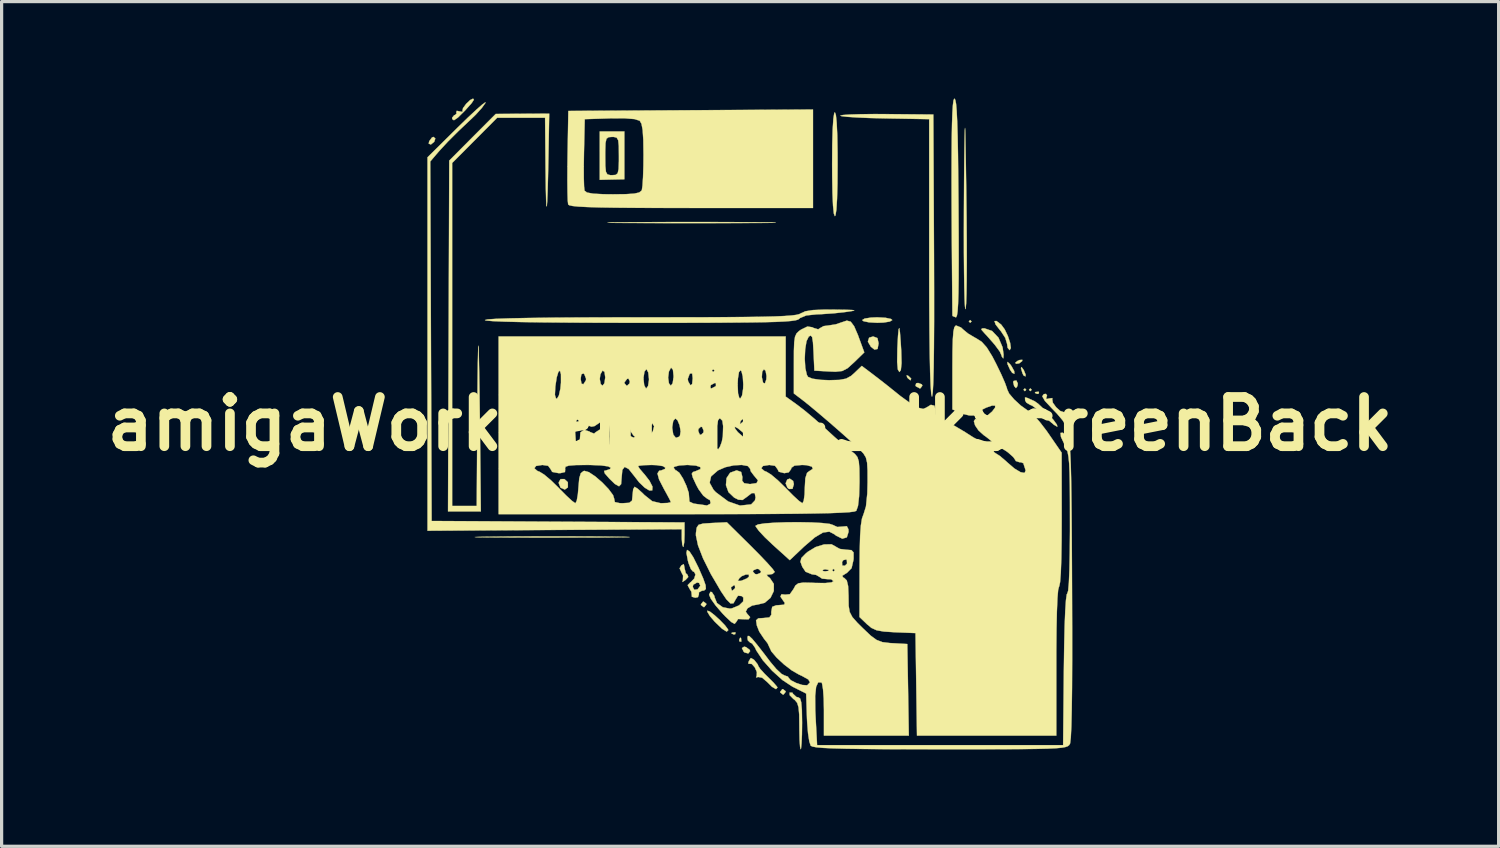
<source format=kicad_pcb>
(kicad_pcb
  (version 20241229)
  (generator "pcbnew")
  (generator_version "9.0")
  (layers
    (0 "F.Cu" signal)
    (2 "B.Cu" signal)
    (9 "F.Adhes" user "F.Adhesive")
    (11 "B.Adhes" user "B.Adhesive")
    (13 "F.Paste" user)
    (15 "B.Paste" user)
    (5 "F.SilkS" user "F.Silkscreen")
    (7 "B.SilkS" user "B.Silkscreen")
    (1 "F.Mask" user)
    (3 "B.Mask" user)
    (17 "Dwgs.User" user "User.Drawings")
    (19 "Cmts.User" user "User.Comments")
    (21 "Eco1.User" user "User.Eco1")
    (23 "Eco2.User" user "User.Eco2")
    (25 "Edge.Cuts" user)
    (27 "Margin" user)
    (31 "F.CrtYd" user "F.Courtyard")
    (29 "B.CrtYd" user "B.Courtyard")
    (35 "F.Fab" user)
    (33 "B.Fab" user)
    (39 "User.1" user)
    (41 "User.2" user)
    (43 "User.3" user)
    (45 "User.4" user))
  (footprint "amigaWorkBench1-SIlkScreenBack"
    (layer "F.Cu")
    (at 20.182 10.08)
    (property "Reference" "amigaWorkBench1-SIlkScreenBack" (at 0 0 0) (layer "F.SilkS") (effects (font (size 1.524 1.524) (thickness 0.3))))
    (attr exclude_from_pos_files exclude_from_bom)
    (fp_poly (pts (xy 6.858 -3.175) (xy 6.816 -3.133) (xy 6.773 -3.175) (xy 6.816 -3.217) (xy 6.858 -3.175)) (stroke (width 0.01) (type solid)) (fill yes) (layer "F.SilkS"))
    (fp_poly (pts (xy 8.551 -1.058) (xy 8.509 -1.016) (xy 8.467 -1.058) (xy 8.509 -1.101) (xy 8.551 -1.058)) (stroke (width 0.01) (type solid)) (fill yes) (layer "F.SilkS"))
    (fp_poly (pts (xy 8.721 -1.058) (xy 8.678 -1.016) (xy 8.636 -1.058) (xy 8.678 -1.101) (xy 8.721 -1.058)) (stroke (width 0.01) (type solid)) (fill yes) (layer "F.SilkS"))
    (fp_poly (pts (xy -0.452 6.463) (xy -0.463 6.513) (xy -0.508 6.519) (xy -0.578 6.488) (xy -0.564 6.463) (xy -0.464 6.453) (xy -0.452 6.463)) (stroke (width 0.01) (type solid)) (fill yes) (layer "F.SilkS"))
    (fp_poly (pts (xy -0.282 6.632) (xy -0.272 6.733) (xy -0.282 6.745) (xy -0.333 6.733) (xy -0.339 6.689) (xy -0.308 6.619) (xy -0.282 6.632)) (stroke (width 0.01) (type solid)) (fill yes) (layer "F.SilkS"))
    (fp_poly (pts (xy 8.946 -0.988) (xy 8.935 -0.937) (xy 8.89 -0.931) (xy 8.82 -0.962) (xy 8.834 -0.988) (xy 8.934 -0.998) (xy 8.946 -0.988)) (stroke (width 0.01) (type solid)) (fill yes) (layer "F.SilkS"))
    (fp_poly (pts (xy 4.898 -1.49) (xy 4.988 -1.405) (xy 4.97 -1.355) (xy 4.958 -1.355) (xy 4.886 -1.415) (xy 4.86 -1.452) (xy 4.85 -1.51) (xy 4.898 -1.49)) (stroke (width 0.01) (type solid)) (fill yes) (layer "F.SilkS"))
    (fp_poly (pts (xy 8.29 -1.252) (xy 8.279 -1.174) (xy 8.233 -1.11) (xy 8.177 -1.174) (xy 8.146 -1.299) (xy 8.162 -1.332) (xy 8.246 -1.346) (xy 8.29 -1.252)) (stroke (width 0.01) (type solid)) (fill yes) (layer "F.SilkS"))
    (fp_poly (pts (xy 8.424 -1.946) (xy 8.333 -1.876) (xy 8.236 -1.864) (xy 8.213 -1.896) (xy 8.279 -1.95) (xy 8.344 -1.98) (xy 8.431 -1.986) (xy 8.424 -1.946)) (stroke (width 0.01) (type solid)) (fill yes) (layer "F.SilkS"))
    (fp_poly (pts (xy 8.477 -1.666) (xy 8.533 -1.526) (xy 8.527 -1.472) (xy 8.469 -1.502) (xy 8.435 -1.57) (xy 8.387 -1.73) (xy 8.407 -1.762) (xy 8.477 -1.666)) (stroke (width 0.01) (type solid)) (fill yes) (layer "F.SilkS"))
    (fp_poly (pts (xy -9.75 -8.84) (xy -9.784 -8.739) (xy -9.883 -8.658) (xy -9.89 -8.655) (xy -9.954 -8.682) (xy -9.939 -8.756) (xy -9.853 -8.872) (xy -9.805 -8.89) (xy -9.75 -8.84)) (stroke (width 0.01) (type solid)) (fill yes) (layer "F.SilkS"))
    (fp_poly (pts (xy -1.357 5.568) (xy -1.355 5.588) (xy -1.419 5.67) (xy -1.439 5.673) (xy -1.522 5.608) (xy -1.524 5.588) (xy -1.46 5.506) (xy -1.439 5.503) (xy -1.357 5.568)) (stroke (width 0.01) (type solid)) (fill yes) (layer "F.SilkS"))
    (fp_poly (pts (xy -0.127 6.912) (xy -0.015 6.995) (xy 0 7.036) (xy -0.057 7.108) (xy -0.172 7.077) (xy -0.198 7.056) (xy -0.254 6.943) (xy -0.185 6.898) (xy -0.127 6.912)) (stroke (width 0.01) (type solid)) (fill yes) (layer "F.SilkS"))
    (fp_poly (pts (xy 1.098 8.277) (xy 1.101 8.297) (xy 1.036 8.38) (xy 1.016 8.382) (xy 0.934 8.318) (xy 0.931 8.297) (xy 0.996 8.215) (xy 1.016 8.213) (xy 1.098 8.277)) (stroke (width 0.01) (type solid)) (fill yes) (layer "F.SilkS"))
    (fp_poly (pts (xy 1.331 1.764) (xy 1.355 1.863) (xy 1.312 2.01) (xy 1.207 2.015) (xy 1.157 1.976) (xy 1.1 1.84) (xy 1.149 1.722) (xy 1.228 1.693) (xy 1.331 1.764)) (stroke (width 0.01) (type solid)) (fill yes) (layer "F.SilkS"))
    (fp_poly (pts (xy 3.943 -2.66) (xy 3.979 -2.498) (xy 3.947 -2.322) (xy 3.852 -2.303) (xy 3.742 -2.388) (xy 3.647 -2.549) (xy 3.685 -2.671) (xy 3.81 -2.709) (xy 3.943 -2.66)) (stroke (width 0.01) (type solid)) (fill yes) (layer "F.SilkS"))
    (fp_poly (pts (xy 5.318 -1.226) (xy 5.334 -1.185) (xy 5.273 -1.103) (xy 5.254 -1.101) (xy 5.14 -1.162) (xy 5.122 -1.185) (xy 5.142 -1.258) (xy 5.202 -1.27) (xy 5.318 -1.226)) (stroke (width 0.01) (type solid)) (fill yes) (layer "F.SilkS"))
    (fp_poly (pts (xy 8.05 -1.851) (xy 8.094 -1.791) (xy 8.179 -1.637) (xy 8.186 -1.554) (xy 8.118 -1.582) (xy 8.05 -1.681) (xy 7.97 -1.859) (xy 7.972 -1.922) (xy 8.05 -1.851)) (stroke (width 0.01) (type solid)) (fill yes) (layer "F.SilkS"))
    (fp_poly (pts (xy -5.652 1.798) (xy -5.645 1.812) (xy -5.644 1.964) (xy -5.739 2.032) (xy -5.87 1.976) (xy -5.923 1.847) (xy -5.927 1.806) (xy -5.87 1.709) (xy -5.752 1.707) (xy -5.652 1.798)) (stroke (width 0.01) (type solid)) (fill yes) (layer "F.SilkS"))
    (fp_poly (pts (xy -1.246 5.811) (xy -1.1 5.924) (xy -0.929 6.081) (xy -0.776 6.24) (xy -0.686 6.361) (xy -0.677 6.388) (xy -0.726 6.432) (xy -0.868 6.343) (xy -1.09 6.131) (xy -1.245 5.951) (xy -1.324 5.819) (xy -1.323 5.783) (xy -1.246 5.811)) (stroke (width 0.01) (type solid)) (fill yes) (layer "F.SilkS"))
    (fp_poly (pts (xy 4.192 -3.288) (xy 4.361 -3.252) (xy 4.403 -3.217) (xy 4.326 -3.171) (xy 4.129 -3.14) (xy 3.937 -3.133) (xy 3.682 -3.147) (xy 3.513 -3.182) (xy 3.471 -3.217) (xy 3.548 -3.264) (xy 3.745 -3.294) (xy 3.937 -3.302) (xy 4.192 -3.288)) (stroke (width 0.01) (type solid)) (fill yes) (layer "F.SilkS"))
    (fp_poly (pts (xy -2.032 4.454) (xy -2.032 4.463) (xy -1.993 4.621) (xy -1.938 4.674) (xy -1.916 4.74) (xy -1.997 4.829) (xy -2.096 4.895) (xy -2.083 4.843) (xy -2.076 4.695) (xy -2.123 4.607) (xy -2.184 4.473) (xy -2.13 4.382) (xy -2.054 4.343) (xy -2.032 4.454)) (stroke (width 0.01) (type solid)) (fill yes) (layer "F.SilkS"))
    (fp_poly (pts (xy 4.64 -2.84) (xy 4.663 -2.544) (xy 4.68 -2.265) (xy 4.69 -1.885) (xy 4.668 -1.668) (xy 4.623 -1.608) (xy 4.575 -1.686) (xy 4.554 -1.92) (xy 4.56 -2.317) (xy 4.561 -2.349) (xy 4.58 -2.723) (xy 4.599 -2.929) (xy 4.619 -2.969) (xy 4.64 -2.84)) (stroke (width 0.01) (type solid)) (fill yes) (layer "F.SilkS"))
    (fp_poly (pts (xy 7.775 -3.078) (xy 7.885 -2.928) (xy 7.983 -2.723) (xy 8.052 -2.513) (xy 8.075 -2.35) (xy 8.037 -2.286) (xy 7.976 -2.358) (xy 7.959 -2.477) (xy 7.903 -2.665) (xy 7.766 -2.875) (xy 7.738 -2.906) (xy 7.603 -3.081) (xy 7.568 -3.184) (xy 7.629 -3.189) (xy 7.775 -3.078)) (stroke (width 0.01) (type solid)) (fill yes) (layer "F.SilkS"))
    (fp_poly (pts (xy 7.494 -2.879) (xy 7.692 -2.671) (xy 7.816 -2.38) (xy 7.823 -2.346) (xy 7.85 -2.145) (xy 7.843 -2.038) (xy 7.836 -2.032) (xy 7.79 -2.097) (xy 7.789 -2.116) (xy 7.732 -2.243) (xy 7.574 -2.456) (xy 7.338 -2.726) (xy 7.26 -2.809) (xy 7.161 -2.922) (xy 7.181 -2.959) (xy 7.26 -2.961) (xy 7.494 -2.879)) (stroke (width 0.01) (type solid)) (fill yes) (layer "F.SilkS"))
    (fp_poly (pts (xy 8.572 -0.811) (xy 8.747 -0.733) (xy 8.805 -0.708) (xy 8.92 -0.627) (xy 9.08 -0.476) (xy 9.253 -0.292) (xy 9.404 -0.113) (xy 9.502 0.025) (xy 9.514 0.084) (xy 9.511 0.085) (xy 9.413 0.028) (xy 9.243 -0.116) (xy 9.102 -0.254) (xy 8.902 -0.441) (xy 8.739 -0.564) (xy 8.67 -0.593) (xy 8.556 -0.661) (xy 8.518 -0.727) (xy 8.513 -0.821) (xy 8.572 -0.811)) (stroke (width 0.01) (type solid)) (fill yes) (layer "F.SilkS"))
    (fp_poly (pts (xy -8.555 -10.043) (xy -8.626 -9.935) (xy -8.808 -9.731) (xy -8.836 -9.7) (xy -9.049 -9.49) (xy -9.173 -9.406) (xy -9.225 -9.441) (xy -9.229 -9.483) (xy -9.164 -9.564) (xy -9.139 -9.567) (xy -9.088 -9.619) (xy -9.101 -9.651) (xy -9.085 -9.698) (xy -9 -9.68) (xy -8.903 -9.663) (xy -8.91 -9.693) (xy -8.892 -9.78) (xy -8.795 -9.913) (xy -8.671 -10.031) (xy -8.581 -10.075) (xy -8.555 -10.043)) (stroke (width 0.01) (type solid)) (fill yes) (layer "F.SilkS"))
    (fp_poly (pts (xy 2.656 -9.569) (xy 2.681 -9.328) (xy 2.699 -8.938) (xy 2.708 -8.411) (xy 2.709 -8.043) (xy 2.705 -7.441) (xy 2.692 -6.969) (xy 2.672 -6.64) (xy 2.644 -6.463) (xy 2.625 -6.435) (xy 2.593 -6.518) (xy 2.568 -6.759) (xy 2.551 -7.149) (xy 2.542 -7.676) (xy 2.54 -8.043) (xy 2.544 -8.646) (xy 2.557 -9.117) (xy 2.578 -9.447) (xy 2.605 -9.623) (xy 2.625 -9.652) (xy 2.656 -9.569)) (stroke (width 0.01) (type solid)) (fill yes) (layer "F.SilkS"))
    (fp_poly (pts (xy -5.662 3.483) (xy -4.851 3.486) (xy -4.164 3.493) (xy -3.866 3.497) (xy -3.73 3.502) (xy -3.748 3.506) (xy -3.914 3.509) (xy -4.221 3.512) (xy -4.661 3.515) (xy -5.226 3.516) (xy -5.91 3.517) (xy -6.138 3.517) (xy -6.855 3.517) (xy -7.453 3.515) (xy -7.927 3.513) (xy -8.268 3.51) (xy -8.47 3.507) (xy -8.527 3.503) (xy -8.43 3.499) (xy -8.173 3.494) (xy -8.059 3.493) (xy -7.333 3.486) (xy -6.512 3.483) (xy -5.662 3.483)) (stroke (width 0.01) (type solid)) (fill yes) (layer "F.SilkS"))
    (fp_poly (pts (xy -0.559 -6.251) (xy 0.204 -6.245) (xy 0.323 -6.244) (xy 0.638 -6.24) (xy 0.791 -6.235) (xy 0.788 -6.231) (xy 0.636 -6.228) (xy 0.343 -6.225) (xy -0.084 -6.223) (xy -0.64 -6.221) (xy -1.316 -6.22) (xy -1.82 -6.22) (xy -2.57 -6.22) (xy -3.202 -6.222) (xy -3.709 -6.224) (xy -4.085 -6.226) (xy -4.324 -6.229) (xy -4.418 -6.233) (xy -4.36 -6.237) (xy -4.144 -6.241) (xy -3.91 -6.244) (xy -3.156 -6.25) (xy -2.303 -6.254) (xy -1.416 -6.254) (xy -0.559 -6.251)) (stroke (width 0.01) (type solid)) (fill yes) (layer "F.SilkS"))
    (fp_poly (pts (xy 1.307 8.321) (xy 1.331 8.361) (xy 1.438 8.458) (xy 1.489 8.467) (xy 1.547 8.501) (xy 1.583 8.622) (xy 1.603 8.857) (xy 1.609 9.231) (xy 1.609 9.271) (xy 1.605 9.617) (xy 1.593 9.888) (xy 1.577 10.048) (xy 1.566 10.075) (xy 1.547 9.997) (xy 1.532 9.789) (xy 1.525 9.489) (xy 1.524 9.36) (xy 1.52 9.004) (xy 1.5 8.777) (xy 1.457 8.638) (xy 1.382 8.548) (xy 1.339 8.516) (xy 1.226 8.401) (xy 1.223 8.32) (xy 1.307 8.321)) (stroke (width 0.01) (type solid)) (fill yes) (layer "F.SilkS"))
    (fp_poly (pts (xy 0.115 7.3) (xy 0.135 7.32) (xy 0.234 7.445) (xy 0.254 7.498) (xy 0.311 7.586) (xy 0.454 7.743) (xy 0.55 7.837) (xy 0.724 8.01) (xy 0.83 8.133) (xy 0.847 8.165) (xy 0.8 8.213) (xy 0.676 8.139) (xy 0.53 7.994) (xy 0.372 7.859) (xy 0.248 7.836) (xy 0.242 7.839) (xy 0.183 7.85) (xy 0.203 7.803) (xy 0.209 7.684) (xy 0.146 7.54) (xy 0.052 7.434) (xy -0.032 7.426) (xy -0.033 7.427) (xy -0.059 7.417) (xy -0.039 7.344) (xy 0.023 7.249) (xy 0.115 7.3)) (stroke (width 0.01) (type solid)) (fill yes) (layer "F.SilkS"))
    (fp_poly (pts (xy 6.662 -9.081) (xy 6.665 -8.975) (xy 6.681 -8.071) (xy 6.694 -7.207) (xy 6.704 -6.399) (xy 6.709 -5.662) (xy 6.71 -5.011) (xy 6.707 -4.461) (xy 6.701 -4.028) (xy 6.69 -3.727) (xy 6.675 -3.573) (xy 6.668 -3.556) (xy 6.654 -3.638) (xy 6.642 -3.87) (xy 6.633 -4.236) (xy 6.626 -4.716) (xy 6.621 -5.293) (xy 6.62 -5.948) (xy 6.622 -6.664) (xy 6.623 -6.837) (xy 6.627 -7.511) (xy 6.632 -8.085) (xy 6.638 -8.549) (xy 6.644 -8.89) (xy 6.65 -9.1) (xy 6.656 -9.167) (xy 6.662 -9.081)) (stroke (width 0.01) (type solid)) (fill yes) (layer "F.SilkS"))
    (fp_poly (pts (xy 9.197 -0.877) (xy 9.177 -0.832) (xy 9.173 -0.769) (xy 9.262 -0.789) (xy 9.36 -0.802) (xy 9.357 -0.764) (xy 9.375 -0.659) (xy 9.475 -0.519) (xy 9.605 -0.402) (xy 9.711 -0.366) (xy 9.719 -0.37) (xy 9.767 -0.327) (xy 9.792 -0.192) (xy 9.843 -0.001) (xy 9.919 0.094) (xy 9.986 0.155) (xy 9.925 0.168) (xy 9.808 0.1) (xy 9.763 0.021) (xy 9.675 -0.117) (xy 9.505 -0.318) (xy 9.349 -0.479) (xy 9.131 -0.712) (xy 9.048 -0.857) (xy 9.097 -0.924) (xy 9.163 -0.931) (xy 9.197 -0.877)) (stroke (width 0.01) (type solid)) (fill yes) (layer "F.SilkS"))
    (fp_poly (pts (xy -8.196 -9.946) (xy -8.309 -9.788) (xy -8.495 -9.582) (xy -8.6 -9.48) (xy -9.031 -9.073) (xy -9.362 -8.743) (xy -9.623 -8.46) (xy -9.674 -8.402) (xy -9.907 -8.128) (xy -9.885 -2.561) (xy -9.864 3.006) (xy -2.032 3.05) (xy -2.032 3.43) (xy -2.04 3.657) (xy -2.062 3.793) (xy -2.074 3.81) (xy -2.103 3.736) (xy -2.117 3.555) (xy -2.117 3.535) (xy -2.117 3.26) (xy -6.054 3.283) (xy -9.991 3.307) (xy -9.991 -8.258) (xy -9.05 -9.188) (xy -8.738 -9.491) (xy -8.481 -9.731) (xy -8.296 -9.893) (xy -8.201 -9.961) (xy -8.196 -9.946)) (stroke (width 0.01) (type solid)) (fill yes) (layer "F.SilkS"))
    (fp_poly (pts (xy -3.895 -8.319) (xy -3.895 -7.578) (xy -4.276 -7.57) (xy -4.657 -7.561) (xy -4.657 -8.297) (xy -4.487 -8.297) (xy -4.484 -7.988) (xy -4.466 -7.81) (xy -4.42 -7.729) (xy -4.332 -7.706) (xy -4.276 -7.705) (xy -4.165 -7.713) (xy -4.102 -7.764) (xy -4.073 -7.894) (xy -4.064 -8.139) (xy -4.064 -8.297) (xy -4.067 -8.607) (xy -4.085 -8.784) (xy -4.132 -8.866) (xy -4.219 -8.889) (xy -4.276 -8.89) (xy -4.386 -8.881) (xy -4.45 -8.831) (xy -4.479 -8.701) (xy -4.487 -8.455) (xy -4.487 -8.297) (xy -4.657 -8.297) (xy -4.657 -9.059) (xy -3.895 -9.059) (xy -3.895 -8.319)) (stroke (width 0.01) (type solid)) (fill yes) (layer "F.SilkS"))
    (fp_poly (pts (xy 1.901 3.05) (xy 2.227 3.068) (xy 2.467 3.096) (xy 2.583 3.135) (xy 2.587 3.14) (xy 2.702 3.191) (xy 2.846 3.18) (xy 2.996 3.167) (xy 3.045 3.265) (xy 3.048 3.343) (xy 2.995 3.512) (xy 2.856 3.554) (xy 2.664 3.461) (xy 2.616 3.421) (xy 2.453 3.336) (xy 2.256 3.363) (xy 2.006 3.511) (xy 1.681 3.789) (xy 1.655 3.813) (xy 1.228 4.218) (xy 0.697 3.739) (xy 0.454 3.508) (xy 0.27 3.31) (xy 0.174 3.178) (xy 0.167 3.154) (xy 0.247 3.112) (xy 0.459 3.08) (xy 0.766 3.058) (xy 1.134 3.045) (xy 1.524 3.043) (xy 1.901 3.05)) (stroke (width 0.01) (type solid)) (fill yes) (layer "F.SilkS"))
    (fp_poly (pts (xy 4.234 -9.596) (xy 5.674 -9.583) (xy 5.695 -5.215) (xy 5.698 -4.111) (xy 5.698 -3.165) (xy 5.693 -2.377) (xy 5.685 -1.75) (xy 5.673 -1.286) (xy 5.657 -0.986) (xy 5.637 -0.854) (xy 5.63 -0.847) (xy 5.609 -0.931) (xy 5.591 -1.182) (xy 5.575 -1.597) (xy 5.563 -2.173) (xy 5.554 -2.908) (xy 5.548 -3.799) (xy 5.546 -4.843) (xy 5.546 -5.143) (xy 5.546 -9.44) (xy 4.17 -9.464) (xy 3.709 -9.475) (xy 3.313 -9.492) (xy 3.012 -9.512) (xy 2.832 -9.533) (xy 2.794 -9.548) (xy 2.874 -9.568) (xy 3.096 -9.583) (xy 3.432 -9.593) (xy 3.855 -9.598) (xy 4.234 -9.596)) (stroke (width 0.01) (type solid)) (fill yes) (layer "F.SilkS"))
    (fp_poly (pts (xy 6.354 -10.037) (xy 6.378 -9.915) (xy 6.397 -9.696) (xy 6.413 -9.369) (xy 6.427 -8.922) (xy 6.438 -8.342) (xy 6.446 -7.617) (xy 6.454 -6.736) (xy 6.454 -6.689) (xy 6.459 -5.808) (xy 6.46 -5.083) (xy 6.458 -4.503) (xy 6.452 -4.053) (xy 6.441 -3.721) (xy 6.426 -3.494) (xy 6.406 -3.36) (xy 6.38 -3.305) (xy 6.371 -3.302) (xy 6.272 -3.342) (xy 6.265 -3.365) (xy 6.254 -4.653) (xy 6.246 -5.779) (xy 6.241 -6.753) (xy 6.239 -7.583) (xy 6.241 -8.278) (xy 6.245 -8.845) (xy 6.253 -9.294) (xy 6.265 -9.633) (xy 6.28 -9.87) (xy 6.298 -10.014) (xy 6.321 -10.073) (xy 6.327 -10.075) (xy 6.354 -10.037)) (stroke (width 0.01) (type solid)) (fill yes) (layer "F.SilkS"))
    (fp_poly (pts (xy -6.246 -8.297) (xy -6.259 -7.665) (xy -6.272 -7.193) (xy -6.285 -6.883) (xy -6.297 -6.737) (xy -6.308 -6.755) (xy -6.318 -6.938) (xy -6.327 -7.288) (xy -6.334 -7.806) (xy -6.336 -7.938) (xy -6.35 -9.483) (xy -7.835 -9.483) (xy -8.532 -8.782) (xy -9.229 -8.082) (xy -9.229 -2.771) (xy -9.229 2.54) (xy -8.467 2.54) (xy -8.449 -0.275) (xy -8.444 -0.907) (xy -8.439 -1.447) (xy -8.433 -1.882) (xy -8.426 -2.199) (xy -8.419 -2.384) (xy -8.413 -2.425) (xy -8.407 -2.328) (xy -8.4 -2.025) (xy -8.391 -1.587) (xy -8.382 -1.049) (xy -8.374 -0.445) (xy -8.366 0.189) (xy -8.362 0.572) (xy -8.34 2.709) (xy -9.356 2.709) (xy -9.318 -8.156) (xy -8.599 -8.879) (xy -7.879 -9.601) (xy -7.051 -9.606) (xy -6.223 -9.61) (xy -6.246 -8.297)) (stroke (width 0.01) (type solid)) (fill yes) (layer "F.SilkS"))
    (fp_poly (pts (xy -1.879 3.948) (xy -1.76 4.129) (xy -1.606 4.437) (xy -1.603 4.443) (xy -1.455 4.781) (xy -1.379 4.995) (xy -1.371 5.111) (xy -1.426 5.159) (xy -1.491 5.165) (xy -1.587 5.216) (xy -1.585 5.274) (xy -1.615 5.364) (xy -1.697 5.382) (xy -1.804 5.352) (xy -1.807 5.312) (xy -1.818 5.198) (xy -1.873 5.11) (xy -1.907 5.045) (xy -1.778 5.045) (xy -1.729 5.137) (xy -1.627 5.123) (xy -1.543 5.011) (xy -1.58 4.925) (xy -1.644 4.911) (xy -1.761 4.979) (xy -1.778 5.045) (xy -1.907 5.045) (xy -1.934 4.992) (xy -1.85 4.905) (xy -1.837 4.898) (xy -1.731 4.789) (xy -1.693 4.659) (xy -1.738 4.577) (xy -1.768 4.572) (xy -1.833 4.498) (xy -1.906 4.314) (xy -1.928 4.233) (xy -1.972 3.994) (xy -1.953 3.901) (xy -1.879 3.948)) (stroke (width 0.01) (type solid)) (fill yes) (layer "F.SilkS"))
    (fp_poly (pts (xy 1.947 -6.689) (xy -1.823 -6.689) (xy -2.755 -6.69) (xy -3.531 -6.693) (xy -4.162 -6.698) (xy -4.662 -6.706) (xy -5.044 -6.718) (xy -5.319 -6.732) (xy -5.501 -6.751) (xy -5.603 -6.774) (xy -5.635 -6.798) (xy -5.648 -6.916) (xy -5.656 -7.172) (xy -5.66 -7.536) (xy -5.658 -7.974) (xy -5.152 -7.974) (xy -5.151 -7.618) (xy -5.143 -7.356) (xy -5.129 -7.225) (xy -5.128 -7.223) (xy -5.052 -7.167) (xy -4.862 -7.132) (xy -4.538 -7.115) (xy -4.245 -7.112) (xy -3.847 -7.117) (xy -3.588 -7.134) (xy -3.437 -7.168) (xy -3.365 -7.223) (xy -3.353 -7.246) (xy -3.333 -7.381) (xy -3.316 -7.646) (xy -3.305 -7.999) (xy -3.302 -8.336) (xy -3.308 -8.792) (xy -3.328 -9.104) (xy -3.364 -9.295) (xy -3.42 -9.391) (xy -3.42 -9.391) (xy -3.579 -9.442) (xy -3.892 -9.467) (xy -4.331 -9.465) (xy -5.122 -9.44) (xy -5.146 -8.387) (xy -5.152 -7.974) (xy -5.658 -7.974) (xy -5.658 -7.976) (xy -5.654 -8.301) (xy -5.63 -9.694) (xy -1.841 -9.716) (xy 1.947 -9.738) (xy 1.947 -6.689)) (stroke (width 0.01) (type solid)) (fill yes) (layer "F.SilkS"))
    (fp_poly (pts (xy 2.582 -3.541) (xy 2.951 -3.536) (xy 3.162 -3.529) (xy 3.228 -3.517) (xy 3.162 -3.498) (xy 2.976 -3.47) (xy 2.963 -3.468) (xy 2.596 -3.427) (xy 2.208 -3.4) (xy 2.064 -3.395) (xy 1.741 -3.361) (xy 1.545 -3.28) (xy 1.524 -3.26) (xy 1.484 -3.232) (xy 1.404 -3.209) (xy 1.272 -3.19) (xy 1.074 -3.174) (xy 0.799 -3.161) (xy 0.433 -3.151) (xy -0.036 -3.144) (xy -0.622 -3.139) (xy -1.336 -3.135) (xy -2.192 -3.133) (xy -3.202 -3.133) (xy -3.397 -3.133) (xy -4.554 -3.134) (xy -5.556 -3.139) (xy -6.402 -3.146) (xy -7.089 -3.156) (xy -7.615 -3.169) (xy -7.977 -3.185) (xy -8.174 -3.203) (xy -8.213 -3.217) (xy -8.128 -3.238) (xy -7.877 -3.255) (xy -7.461 -3.27) (xy -6.882 -3.282) (xy -6.143 -3.292) (xy -5.246 -3.298) (xy -4.193 -3.301) (xy -3.403 -3.302) (xy -2.359 -3.303) (xy -1.472 -3.304) (xy -0.728 -3.308) (xy -0.116 -3.313) (xy 0.378 -3.32) (xy 0.767 -3.33) (xy 1.063 -3.343) (xy 1.279 -3.359) (xy 1.428 -3.378) (xy 1.522 -3.401) (xy 1.571 -3.426) (xy 1.711 -3.489) (xy 1.947 -3.527) (xy 2.306 -3.542) (xy 2.582 -3.541)) (stroke (width 0.01) (type solid)) (fill yes) (layer "F.SilkS"))
    (fp_poly (pts (xy 0.021 3.778) (xy 0.305 4.065) (xy 0.539 4.311) (xy 0.699 4.492) (xy 0.762 4.582) (xy 0.762 4.584) (xy 0.692 4.647) (xy 0.614 4.659) (xy 0.512 4.67) (xy 0.548 4.723) (xy 0.614 4.775) (xy 0.734 4.954) (xy 0.733 5.175) (xy 0.631 5.386) (xy 0.451 5.54) (xy 0.255 5.588) (xy 0.061 5.625) (xy -0.083 5.712) (xy -0.135 5.815) (xy -0.089 5.882) (xy 0.001 5.984) (xy -0.049 6.052) (xy -0.204 6.048) (xy -0.371 6.041) (xy -0.437 6.142) (xy -0.48 6.191) (xy -0.583 6.135) (xy -0.765 5.964) (xy -0.868 5.856) (xy -1.07 5.621) (xy -1.214 5.418) (xy -1.27 5.291) (xy -1.27 5.29) (xy -1.23 5.2) (xy -1.185 5.207) (xy -1.105 5.33) (xy -1.101 5.368) (xy -1.027 5.546) (xy -0.847 5.677) (xy -0.627 5.72) (xy -0.564 5.711) (xy -0.342 5.619) (xy -0.215 5.497) (xy -0.21 5.378) (xy -0.259 5.331) (xy -0.376 5.319) (xy -0.441 5.422) (xy -0.515 5.554) (xy -0.606 5.561) (xy -0.734 5.433) (xy -0.901 5.186) (xy -0.963 5.08) (xy -0.593 5.08) (xy -0.564 5.162) (xy -0.555 5.165) (xy -0.483 5.105) (xy -0.466 5.08) (xy -0.472 5.002) (xy -0.503 4.995) (xy -0.589 5.057) (xy -0.593 5.08) (xy -0.963 5.08) (xy -1.091 4.861) (xy -0.383 4.861) (xy -0.298 4.861) (xy -0.258 4.851) (xy -0.095 4.782) (xy -0.036 4.731) (xy -0.039 4.665) (xy -0.135 4.663) (xy -0.261 4.715) (xy -0.333 4.777) (xy -0.383 4.861) (xy -1.091 4.861) (xy -1.215 4.651) (xy -1.254 4.572) (xy 0.085 4.572) (xy 0.153 4.647) (xy 0.212 4.657) (xy 0.324 4.611) (xy 0.339 4.572) (xy 0.27 4.497) (xy 0.212 4.487) (xy 0.099 4.533) (xy 0.085 4.572) (xy -1.254 4.572) (xy -1.456 4.168) (xy -1.614 3.76) (xy -1.679 3.453) (xy -1.678 3.378) (xy -1.655 3.213) (xy -1.597 3.125) (xy -1.459 3.086) (xy -1.198 3.069) (xy -1.185 3.068) (xy -0.72 3.046) (xy 0.021 3.778)) (stroke (width 0.01) (type solid)) (fill yes) (layer "F.SilkS"))
    (fp_poly (pts (xy 3.116 -3.167) (xy 3.221 -3.027) (xy 3.339 -2.754) (xy 3.378 -2.647) (xy 3.536 -2.216) (xy 3.22 -1.908) (xy 3.02 -1.727) (xy 2.854 -1.64) (xy 2.645 -1.617) (xy 2.447 -1.625) (xy 1.99 -1.651) (xy 1.964 -2.23) (xy 1.946 -2.532) (xy 1.92 -2.692) (xy 1.876 -2.738) (xy 1.816 -2.706) (xy 1.746 -2.563) (xy 1.705 -2.313) (xy 1.692 -2.015) (xy 1.709 -1.73) (xy 1.758 -1.518) (xy 1.795 -1.456) (xy 1.933 -1.401) (xy 2.19 -1.365) (xy 2.446 -1.355) (xy 2.764 -1.364) (xy 2.972 -1.403) (xy 3.127 -1.488) (xy 3.227 -1.576) (xy 3.458 -1.797) (xy 3.779 -1.555) (xy 4.001 -1.385) (xy 4.183 -1.243) (xy 4.231 -1.205) (xy 4.656 -0.864) (xy 4.975 -0.633) (xy 5.205 -0.503) (xy 5.36 -0.465) (xy 5.446 -0.501) (xy 5.598 -0.592) (xy 5.711 -0.565) (xy 5.736 -0.435) (xy 5.732 -0.422) (xy 5.737 -0.298) (xy 5.846 -0.191) (xy 6.04 -0.09) (xy 6.35 0.069) (xy 6.662 0.255) (xy 6.714 0.289) (xy 6.921 0.421) (xy 7.071 0.499) (xy 7.105 0.508) (xy 7.213 0.566) (xy 7.281 0.634) (xy 7.407 0.712) (xy 7.512 0.681) (xy 7.535 0.609) (xy 7.471 0.529) (xy 7.311 0.4) (xy 7.238 0.349) (xy 7.074 0.202) (xy 6.967 0.044) (xy 6.93 -0.088) (xy 6.977 -0.153) (xy 7.069 -0.139) (xy 7.186 -0.16) (xy 7.345 -0.257) (xy 7.496 -0.386) (xy 7.588 -0.508) (xy 7.588 -0.569) (xy 7.489 -0.568) (xy 7.317 -0.508) (xy 7.142 -0.422) (xy 7.036 -0.339) (xy 7.027 -0.318) (xy 6.957 -0.262) (xy 6.785 -0.264) (xy 6.566 -0.318) (xy 6.481 -0.352) (xy 6.265 -0.451) (xy 6.265 -1.749) (xy 6.268 -2.26) (xy 6.278 -2.623) (xy 6.296 -2.861) (xy 6.325 -2.994) (xy 6.366 -3.045) (xy 6.382 -3.048) (xy 6.53 -2.988) (xy 6.605 -2.919) (xy 6.752 -2.798) (xy 6.97 -2.669) (xy 7.002 -2.653) (xy 7.174 -2.543) (xy 7.331 -2.367) (xy 7.501 -2.091) (xy 7.625 -1.852) (xy 7.776 -1.54) (xy 7.891 -1.278) (xy 7.953 -1.108) (xy 7.959 -1.076) (xy 8.021 -0.942) (xy 8.179 -0.757) (xy 8.387 -0.566) (xy 8.6 -0.415) (xy 8.643 -0.392) (xy 8.777 -0.279) (xy 8.967 -0.065) (xy 9.179 0.21) (xy 9.239 0.296) (xy 9.648 0.889) (xy 9.65 2.937) (xy 9.647 3.62) (xy 9.638 4.182) (xy 9.622 4.613) (xy 9.6 4.9) (xy 9.573 5.031) (xy 9.567 5.038) (xy 9.54 5.139) (xy 9.518 5.398) (xy 9.501 5.807) (xy 9.489 6.353) (xy 9.483 7.028) (xy 9.483 7.371) (xy 9.483 9.652) (xy 5.168 9.652) (xy 5.145 8.065) (xy 5.122 6.477) (xy 4.488 6.452) (xy 4.144 6.43) (xy 3.918 6.39) (xy 3.757 6.317) (xy 3.62 6.203) (xy 3.387 5.98) (xy 3.39 4.493) (xy 3.395 3.903) (xy 3.407 3.462) (xy 3.43 3.145) (xy 3.464 2.931) (xy 3.511 2.799) (xy 3.514 2.794) (xy 3.588 2.554) (xy 3.629 2.154) (xy 3.638 1.807) (xy 3.637 1.44) (xy 3.623 1.198) (xy 3.585 1.038) (xy 3.511 0.917) (xy 3.46 0.862) (xy 7.54 0.862) (xy 7.605 0.909) (xy 7.736 0.992) (xy 7.916 1.145) (xy 7.959 1.185) (xy 8.184 1.379) (xy 8.373 1.493) (xy 8.498 1.518) (xy 8.533 1.444) (xy 8.518 1.39) (xy 8.473 1.255) (xy 8.467 1.221) (xy 8.398 1.189) (xy 8.34 1.185) (xy 8.227 1.148) (xy 8.213 1.117) (xy 8.151 1.027) (xy 7.997 0.89) (xy 7.95 0.854) (xy 7.76 0.734) (xy 7.642 0.726) (xy 7.591 0.764) (xy 7.54 0.862) (xy 3.46 0.862) (xy 3.39 0.79) (xy 3.365 0.766) (xy 3.131 0.548) (xy 2.817 0.267) (xy 2.465 -0.04) (xy 2.116 -0.338) (xy 1.813 -0.59) (xy 1.615 -0.747) (xy 1.355 -0.944) (xy 1.355 -1.859) (xy 1.356 -2.263) (xy 1.366 -2.533) (xy 1.391 -2.702) (xy 1.44 -2.807) (xy 1.518 -2.88) (xy 1.581 -2.923) (xy 1.775 -3.017) (xy 1.925 -2.995) (xy 1.958 -2.976) (xy 2.109 -2.93) (xy 2.16 -2.965) (xy 2.276 -3.03) (xy 2.414 -3.048) (xy 2.649 -3.084) (xy 2.835 -3.147) (xy 2.995 -3.2) (xy 3.116 -3.167)) (stroke (width 0.01) (type solid)) (fill yes) (layer "F.SilkS"))
    (fp_poly (pts (xy 9.802 0.368) (xy 9.834 0.41) (xy 9.861 0.477) (xy 9.884 0.582) (xy 9.903 0.739) (xy 9.918 0.961) (xy 9.931 1.261) (xy 9.941 1.655) (xy 9.949 2.153) (xy 9.956 2.772) (xy 9.962 3.523) (xy 9.967 4.421) (xy 9.97 5.129) (xy 9.974 6.313) (xy 9.974 7.329) (xy 9.97 8.175) (xy 9.961 8.854) (xy 9.949 9.366) (xy 9.932 9.711) (xy 9.911 9.889) (xy 9.904 9.91) (xy 9.878 9.949) (xy 9.836 9.981) (xy 9.763 10.007) (xy 9.644 10.028) (xy 9.465 10.044) (xy 9.21 10.056) (xy 8.866 10.064) (xy 8.418 10.07) (xy 7.85 10.073) (xy 7.149 10.075) (xy 6.299 10.075) (xy 5.892 10.075) (xy 4.937 10.074) (xy 4.139 10.072) (xy 3.485 10.066) (xy 2.962 10.058) (xy 2.558 10.047) (xy 2.26 10.033) (xy 2.056 10.015) (xy 1.932 9.992) (xy 1.877 9.966) (xy 1.877 9.965) (xy 1.833 9.835) (xy 1.794 9.581) (xy 1.767 9.249) (xy 1.76 9.103) (xy 1.736 8.35) (xy 1.306 8.133) (xy 1.002 7.932) (xy 0.682 7.644) (xy 0.395 7.321) (xy 0.191 7.014) (xy 0.151 6.927) (xy 0.061 6.799) (xy 0.003 6.773) (xy -0.07 6.704) (xy -0.082 6.625) (xy -0.07 6.565) (xy -0.026 6.57) (xy 0.064 6.655) (xy 0.215 6.836) (xy 0.443 7.128) (xy 0.62 7.362) (xy 0.807 7.585) (xy 0.971 7.74) (xy 1.065 7.789) (xy 1.173 7.826) (xy 1.185 7.853) (xy 1.257 7.935) (xy 1.423 8.021) (xy 1.614 8.084) (xy 1.758 8.094) (xy 1.776 8.087) (xy 1.855 8.003) (xy 1.801 7.913) (xy 1.6 7.801) (xy 1.517 7.764) (xy 1.294 7.636) (xy 1.049 7.448) (xy 0.823 7.238) (xy 0.658 7.045) (xy 0.593 6.906) (xy 0.54 6.791) (xy 0.43 6.652) (xy 0.282 6.43) (xy 0.209 6.244) (xy 0.184 6.082) (xy 0.252 6.021) (xy 0.413 6.011) (xy 0.596 5.992) (xy 0.657 5.909) (xy 0.655 5.821) (xy 0.684 5.665) (xy 0.804 5.618) (xy 0.985 5.604) (xy 1.054 5.597) (xy 1.075 5.543) (xy 1.033 5.486) (xy 0.938 5.347) (xy 0.973 5.275) (xy 1.087 5.287) (xy 1.231 5.273) (xy 1.342 5.116) (xy 1.406 4.999) (xy 1.493 4.936) (xy 1.648 4.913) (xy 1.914 4.919) (xy 2.013 4.924) (xy 2.326 4.928) (xy 2.525 4.906) (xy 2.582 4.868) (xy 2.512 4.811) (xy 2.398 4.807) (xy 2.229 4.791) (xy 2.16 4.744) (xy 2.042 4.675) (xy 1.914 4.657) (xy 1.718 4.577) (xy 1.701 4.552) (xy 2.238 4.552) (xy 2.321 4.565) (xy 2.431 4.55) (xy 2.432 4.53) (xy 2.54 4.53) (xy 2.582 4.572) (xy 2.625 4.53) (xy 2.582 4.487) (xy 2.54 4.53) (xy 2.432 4.53) (xy 2.432 4.521) (xy 2.319 4.501) (xy 2.27 4.514) (xy 2.238 4.552) (xy 1.701 4.552) (xy 1.615 4.424) (xy 1.562 4.276) (xy 2.848 4.276) (xy 2.852 4.385) (xy 2.935 4.391) (xy 3.002 4.324) (xy 2.994 4.215) (xy 2.974 4.197) (xy 2.883 4.219) (xy 2.848 4.276) (xy 1.562 4.276) (xy 1.559 4.269) (xy 1.587 4.153) (xy 1.721 4.015) (xy 1.788 3.959) (xy 2.028 3.813) (xy 2.29 3.732) (xy 2.52 3.727) (xy 2.664 3.805) (xy 2.667 3.81) (xy 2.781 3.871) (xy 2.973 3.895) (xy 3.139 3.908) (xy 3.204 3.979) (xy 3.205 4.16) (xy 3.201 4.21) (xy 3.142 4.467) (xy 2.999 4.612) (xy 2.98 4.623) (xy 2.855 4.701) (xy 2.878 4.753) (xy 2.916 4.77) (xy 2.993 4.846) (xy 3.035 5.02) (xy 3.048 5.326) (xy 3.048 5.355) (xy 3.052 5.634) (xy 3.083 5.823) (xy 3.166 5.981) (xy 3.326 6.162) (xy 3.493 6.327) (xy 3.735 6.557) (xy 3.918 6.69) (xy 4.096 6.757) (xy 4.327 6.786) (xy 4.403 6.79) (xy 4.868 6.816) (xy 4.892 8.234) (xy 4.915 9.652) (xy 2.286 9.652) (xy 2.286 8.853) (xy 2.279 8.502) (xy 2.258 8.218) (xy 2.229 8.043) (xy 2.211 8.007) (xy 2.109 8.002) (xy 2.044 8.14) (xy 2.014 8.427) (xy 2.018 8.872) (xy 2.027 9.059) (xy 2.074 9.948) (xy 9.694 9.948) (xy 9.717 7.599) (xy 9.727 6.868) (xy 9.741 6.26) (xy 9.76 5.786) (xy 9.782 5.455) (xy 9.807 5.278) (xy 9.823 5.249) (xy 9.85 5.166) (xy 9.872 4.923) (xy 9.889 4.53) (xy 9.9 3.997) (xy 9.906 3.332) (xy 9.906 3.093) (xy 9.905 2.428) (xy 9.902 1.91) (xy 9.894 1.517) (xy 9.881 1.226) (xy 9.86 1.015) (xy 9.831 0.862) (xy 9.791 0.744) (xy 9.739 0.639) (xy 9.733 0.628) (xy 9.627 0.402) (xy 9.613 0.278) (xy 9.684 0.272) (xy 9.802 0.368)) (stroke (width 0.01) (type solid)) (fill yes) (layer "F.SilkS"))
    (fp_poly (pts (xy 1.101 -0.848) (xy 1.46 -0.591) (xy 1.701 -0.405) (xy 2.002 -0.152) (xy 2.304 0.118) (xy 2.339 0.15) (xy 2.618 0.406) (xy 2.887 0.641) (xy 3.094 0.811) (xy 3.122 0.832) (xy 3.246 0.93) (xy 3.324 1.027) (xy 3.366 1.163) (xy 3.383 1.378) (xy 3.387 1.713) (xy 3.387 1.81) (xy 3.375 2.239) (xy 3.341 2.539) (xy 3.288 2.69) (xy 3.285 2.692) (xy 3.222 2.714) (xy 3.071 2.733) (xy 2.825 2.748) (xy 2.474 2.762) (xy 2.009 2.772) (xy 1.419 2.781) (xy 0.697 2.787) (xy -0.167 2.791) (xy -1.182 2.793) (xy -2.303 2.794) (xy -7.789 2.794) (xy -7.789 1.373) (xy -6.683 1.373) (xy -6.585 1.457) (xy -6.518 1.482) (xy -6.379 1.568) (xy -6.169 1.744) (xy -5.934 1.974) (xy -5.914 1.996) (xy -5.695 2.217) (xy -5.519 2.38) (xy -5.417 2.454) (xy -5.411 2.455) (xy -5.37 2.379) (xy -5.335 2.18) (xy -5.317 1.969) (xy -5.292 1.683) (xy -5.245 1.527) (xy -5.163 1.461) (xy -5.133 1.453) (xy -4.994 1.493) (xy -4.796 1.625) (xy -4.579 1.813) (xy -4.383 2.018) (xy -4.245 2.204) (xy -4.205 2.333) (xy -4.207 2.339) (xy -4.189 2.42) (xy -4.037 2.453) (xy -3.946 2.455) (xy -3.743 2.442) (xy -3.658 2.375) (xy -3.641 2.211) (xy -3.641 2.201) (xy -3.622 2.023) (xy -3.578 1.947) (xy -3.577 1.947) (xy -3.484 2.004) (xy -3.329 2.144) (xy -3.273 2.201) (xy -3.032 2.393) (xy -2.769 2.455) (xy -2.744 2.455) (xy -2.551 2.447) (xy -2.457 2.425) (xy -2.455 2.422) (xy -2.494 2.335) (xy -2.592 2.152) (xy -2.666 2.019) (xy -2.82 1.719) (xy -2.87 1.534) (xy -2.816 1.449) (xy -2.752 1.439) (xy -2.639 1.394) (xy -2.625 1.355) (xy -2.371 1.355) (xy -2.307 1.437) (xy -2.288 1.439) (xy -2.193 1.511) (xy -2.079 1.69) (xy -1.973 1.917) (xy -1.9 2.137) (xy -1.889 2.292) (xy -1.88 2.406) (xy -1.751 2.466) (xy -1.663 2.479) (xy -1.459 2.507) (xy -1.339 2.526) (xy -1.338 2.526) (xy -1.247 2.48) (xy -1.224 2.45) (xy -1.244 2.359) (xy -1.325 2.317) (xy -1.451 2.22) (xy -1.597 2.021) (xy -1.668 1.89) (xy -1.699 1.822) (xy -1.254 1.822) (xy -1.132 2.041) (xy -1.062 2.114) (xy -0.678 2.401) (xy -0.313 2.528) (xy 0.025 2.492) (xy 0.035 2.489) (xy 0.148 2.371) (xy 0.169 2.277) (xy 0.142 2.141) (xy 0.049 2.143) (xy -0.105 2.262) (xy -0.236 2.355) (xy -0.363 2.346) (xy -0.493 2.281) (xy -0.671 2.111) (xy -0.749 1.894) (xy -0.73 1.677) (xy -0.619 1.51) (xy -0.421 1.439) (xy -0.413 1.439) (xy -0.278 1.487) (xy -0.239 1.647) (xy -0.248 1.757) (xy -0.184 1.836) (xy -0.004 1.863) (xy 0.199 1.833) (xy 0.244 1.748) (xy 0.128 1.609) (xy 0.127 1.609) (xy 0.019 1.465) (xy 0 1.387) (xy -0.012 1.373) (xy 0.345 1.373) (xy 0.443 1.457) (xy 0.509 1.482) (xy 0.649 1.568) (xy 0.858 1.744) (xy 1.093 1.974) (xy 1.114 1.996) (xy 1.333 2.217) (xy 1.511 2.381) (xy 1.614 2.454) (xy 1.621 2.455) (xy 1.66 2.379) (xy 1.687 2.181) (xy 1.693 1.987) (xy 1.71 1.682) (xy 1.763 1.516) (xy 1.82 1.47) (xy 1.942 1.391) (xy 1.912 1.321) (xy 1.748 1.277) (xy 1.609 1.27) (xy 1.373 1.291) (xy 1.276 1.36) (xy 1.27 1.397) (xy 1.196 1.499) (xy 1.058 1.524) (xy 0.888 1.48) (xy 0.847 1.397) (xy 0.771 1.296) (xy 0.593 1.27) (xy 0.399 1.301) (xy 0.345 1.373) (xy -0.012 1.373) (xy -0.072 1.303) (xy -0.257 1.269) (xy -0.505 1.282) (xy -0.768 1.34) (xy -0.995 1.438) (xy -1.209 1.624) (xy -1.254 1.822) (xy -1.699 1.822) (xy -1.774 1.663) (xy -1.807 1.543) (xy -1.77 1.489) (xy -1.689 1.463) (xy -1.539 1.399) (xy -1.541 1.337) (xy -1.678 1.29) (xy -1.933 1.27) (xy -1.947 1.27) (xy -2.189 1.285) (xy -2.342 1.324) (xy -2.371 1.355) (xy -2.625 1.355) (xy -2.701 1.306) (xy -2.896 1.276) (xy -3.048 1.27) (xy -3.29 1.277) (xy -3.443 1.294) (xy -3.471 1.308) (xy -3.42 1.389) (xy -3.293 1.538) (xy -3.269 1.564) (xy -3.117 1.76) (xy -3.027 1.936) (xy -3.024 1.943) (xy -3.031 2.057) (xy -3.121 2.061) (xy -3.266 1.972) (xy -3.439 1.806) (xy -3.583 1.62) (xy -3.762 1.395) (xy -3.886 1.33) (xy -3.958 1.424) (xy -3.979 1.656) (xy -3.996 1.865) (xy -4.06 1.931) (xy -4.19 1.858) (xy -4.36 1.693) (xy -4.501 1.531) (xy -4.523 1.455) (xy -4.461 1.439) (xy -4.338 1.398) (xy -4.318 1.355) (xy -4.398 1.314) (xy -4.617 1.284) (xy -4.947 1.271) (xy -5.047 1.27) (xy -5.401 1.274) (xy -5.615 1.291) (xy -5.716 1.324) (xy -5.732 1.38) (xy -5.727 1.397) (xy -5.734 1.489) (xy -5.873 1.523) (xy -5.929 1.524) (xy -6.129 1.486) (xy -6.181 1.397) (xy -6.256 1.296) (xy -6.435 1.27) (xy -6.629 1.301) (xy -6.683 1.373) (xy -7.789 1.373) (xy -7.789 0.254) (xy -5.419 0.254) (xy -5.401 0.518) (xy -5.353 0.661) (xy -5.324 0.677) (xy -5.265 0.606) (xy -5.271 0.459) (xy -5.256 0.264) (xy -5.144 0.18) (xy -4.978 0.234) (xy -4.959 0.249) (xy -4.834 0.299) (xy -4.786 0.258) (xy -4.662 0.178) (xy -4.599 0.169) (xy -4.51 0.211) (xy -4.505 0.361) (xy -4.515 0.413) (xy -4.531 0.635) (xy -4.476 0.733) (xy -4.394 0.714) (xy -4.358 0.612) (xy -4.341 0.399) (xy -4.343 0.251) (xy -4.349 0.2) (xy -3.853 0.2) (xy -3.755 0.359) (xy -3.609 0.422) (xy -3.56 0.399) (xy -3.578 0.385) (xy -3.201 0.385) (xy -3.181 0.383) (xy -3.075 0.309) (xy -3.014 0.23) (xy -2.987 0.127) (xy -2.413 0.127) (xy -2.38 0.331) (xy -2.298 0.43) (xy -2.199 0.396) (xy -2.187 0.38) (xy -1.047 0.38) (xy -1.03 0.683) (xy -1.021 0.758) (xy -0.988 0.787) (xy -0.933 0.703) (xy -0.877 0.554) (xy -0.846 0.39) (xy -0.845 0.381) (xy -0.836 0.085) (xy -0.475 0.085) (xy -0.47 0.137) (xy -0.381 0.254) (xy -0.237 0.381) (xy -0.14 0.423) (xy -0.131 0.376) (xy -0.228 0.26) (xy -0.234 0.254) (xy -0.383 0.132) (xy -0.475 0.085) (xy -0.836 0.085) (xy -0.835 0.071) (xy -0.846 -0.006) (xy -0.318 -0.006) (xy -0.306 0) (xy -0.229 -0.06) (xy -0.212 -0.085) (xy -0.19 -0.164) (xy -0.202 -0.169) (xy -0.279 -0.11) (xy -0.296 -0.085) (xy -0.318 -0.006) (xy -0.846 -0.006) (xy -0.86 -0.101) (xy -0.925 -0.166) (xy -0.953 -0.169) (xy -1.005 -0.093) (xy -1.038 0.106) (xy -1.047 0.38) (xy -2.187 0.38) (xy -2.172 0.359) (xy -2.152 0.223) (xy -2.154 0.212) (xy -1.609 0.212) (xy -1.563 0.324) (xy -1.524 0.339) (xy -1.449 0.27) (xy -1.439 0.212) (xy -1.485 0.099) (xy -1.524 0.085) (xy -1.599 0.153) (xy -1.609 0.212) (xy -2.154 0.212) (xy -2.185 0.039) (xy -2.251 -0.117) (xy -2.317 -0.169) (xy -2.381 -0.095) (xy -2.412 0.09) (xy -2.413 0.127) (xy -2.987 0.127) (xy -2.973 0.072) (xy -3.029 -0.015) (xy -3.104 -0.058) (xy -3.131 0.039) (xy -3.133 0.103) (xy -3.154 0.281) (xy -3.196 0.36) (xy -3.201 0.385) (xy -3.578 0.385) (xy -3.611 0.359) (xy -3.699 0.233) (xy -3.744 0.085) (xy -3.778 -0.053) (xy -3.818 -0.036) (xy -3.847 0.022) (xy -3.853 0.2) (xy -4.349 0.2) (xy -4.379 -0.036) (xy -4.458 -0.16) (xy -4.579 -0.122) (xy -4.657 -0.042) (xy -4.818 0.066) (xy -4.911 0.085) (xy -5.088 0.024) (xy -5.165 -0.042) (xy -5.293 -0.156) (xy -5.374 -0.12) (xy -5.413 0.071) (xy -5.419 0.254) (xy -7.789 0.254) (xy -7.789 -0.898) (xy -6.046 -0.898) (xy -6.012 -0.789) (xy -5.98 -0.786) (xy -5.923 -0.881) (xy -5.876 -1.093) (xy -5.858 -1.277) (xy -5.858 -1.397) (xy -5.249 -1.397) (xy -5.223 -1.25) (xy -5.165 -1.228) (xy -5.086 -1.351) (xy -5.081 -1.392) (xy -4.657 -1.392) (xy -4.627 -1.235) (xy -4.572 -1.185) (xy -4.513 -1.259) (xy -4.512 -1.265) (xy -3.895 -1.265) (xy -3.83 -1.188) (xy -3.81 -1.185) (xy -3.736 -1.254) (xy -3.725 -1.317) (xy -3.763 -1.397) (xy -3.302 -1.397) (xy -3.281 -1.201) (xy -3.228 -1.103) (xy -3.217 -1.101) (xy -3.161 -1.175) (xy -3.133 -1.358) (xy -3.133 -1.397) (xy -3.137 -1.434) (xy -2.54 -1.434) (xy -2.515 -1.258) (xy -2.455 -1.185) (xy -1.228 -1.185) (xy -1.224 -1.107) (xy -1.195 -1.101) (xy -1.076 -1.162) (xy -1.058 -1.185) (xy -1.06 -1.226) (xy -0.386 -1.226) (xy -0.374 -0.946) (xy -0.334 -0.802) (xy -0.301 -0.789) (xy -0.249 -0.883) (xy -0.217 -1.09) (xy -0.212 -1.227) (xy -0.226 -1.448) (xy 0.363 -1.448) (xy 0.402 -1.275) (xy 0.458 -1.255) (xy 0.502 -1.379) (xy 0.508 -1.487) (xy 0.48 -1.643) (xy 0.427 -1.693) (xy 0.374 -1.62) (xy 0.363 -1.448) (xy -0.226 -1.448) (xy -0.228 -1.471) (xy -0.268 -1.632) (xy -0.296 -1.665) (xy -0.346 -1.605) (xy -0.377 -1.411) (xy -0.386 -1.226) (xy -1.06 -1.226) (xy -1.062 -1.263) (xy -1.091 -1.27) (xy -1.21 -1.208) (xy -1.228 -1.185) (xy -2.455 -1.185) (xy -2.4 -1.26) (xy -2.379 -1.393) (xy -1.931 -1.393) (xy -1.919 -1.318) (xy -1.847 -1.196) (xy -1.796 -1.235) (xy -1.778 -1.414) (xy -1.795 -1.564) (xy -1.854 -1.564) (xy -1.874 -1.547) (xy -1.931 -1.393) (xy -2.379 -1.393) (xy -2.372 -1.443) (xy -2.371 -1.487) (xy -2.388 -1.651) (xy -1.185 -1.651) (xy -1.143 -1.609) (xy -1.101 -1.651) (xy -1.143 -1.693) (xy -1.185 -1.651) (xy -2.388 -1.651) (xy -2.391 -1.679) (xy -2.444 -1.741) (xy -2.455 -1.736) (xy -2.516 -1.621) (xy -2.54 -1.434) (xy -3.137 -1.434) (xy -3.154 -1.593) (xy -3.206 -1.691) (xy -3.217 -1.693) (xy -3.273 -1.619) (xy -3.301 -1.436) (xy -3.302 -1.397) (xy -3.763 -1.397) (xy -3.766 -1.405) (xy -3.81 -1.397) (xy -3.891 -1.289) (xy -3.895 -1.265) (xy -4.512 -1.265) (xy -4.487 -1.437) (xy -4.487 -1.444) (xy -4.51 -1.614) (xy -4.569 -1.653) (xy -4.572 -1.651) (xy -4.638 -1.534) (xy -4.657 -1.392) (xy -5.081 -1.392) (xy -5.08 -1.397) (xy -5.134 -1.539) (xy -5.165 -1.566) (xy -5.227 -1.536) (xy -5.249 -1.397) (xy -5.858 -1.397) (xy -5.859 -1.541) (xy -5.89 -1.65) (xy -5.938 -1.613) (xy -5.991 -1.439) (xy -6.033 -1.16) (xy -6.046 -0.898) (xy -7.789 -0.898) (xy -7.789 -2.709) (xy 1.101 -2.709) (xy 1.101 -0.848)) (stroke (width 0.01) (type solid)) (fill yes) (layer "F.SilkS")))
  (gr_rect
    (start -3 -3)
    (end 43.364 23.161)
    (stroke (width 0.1) (type default))
    (fill no)
    (layer "Edge.Cuts")))
</source>
